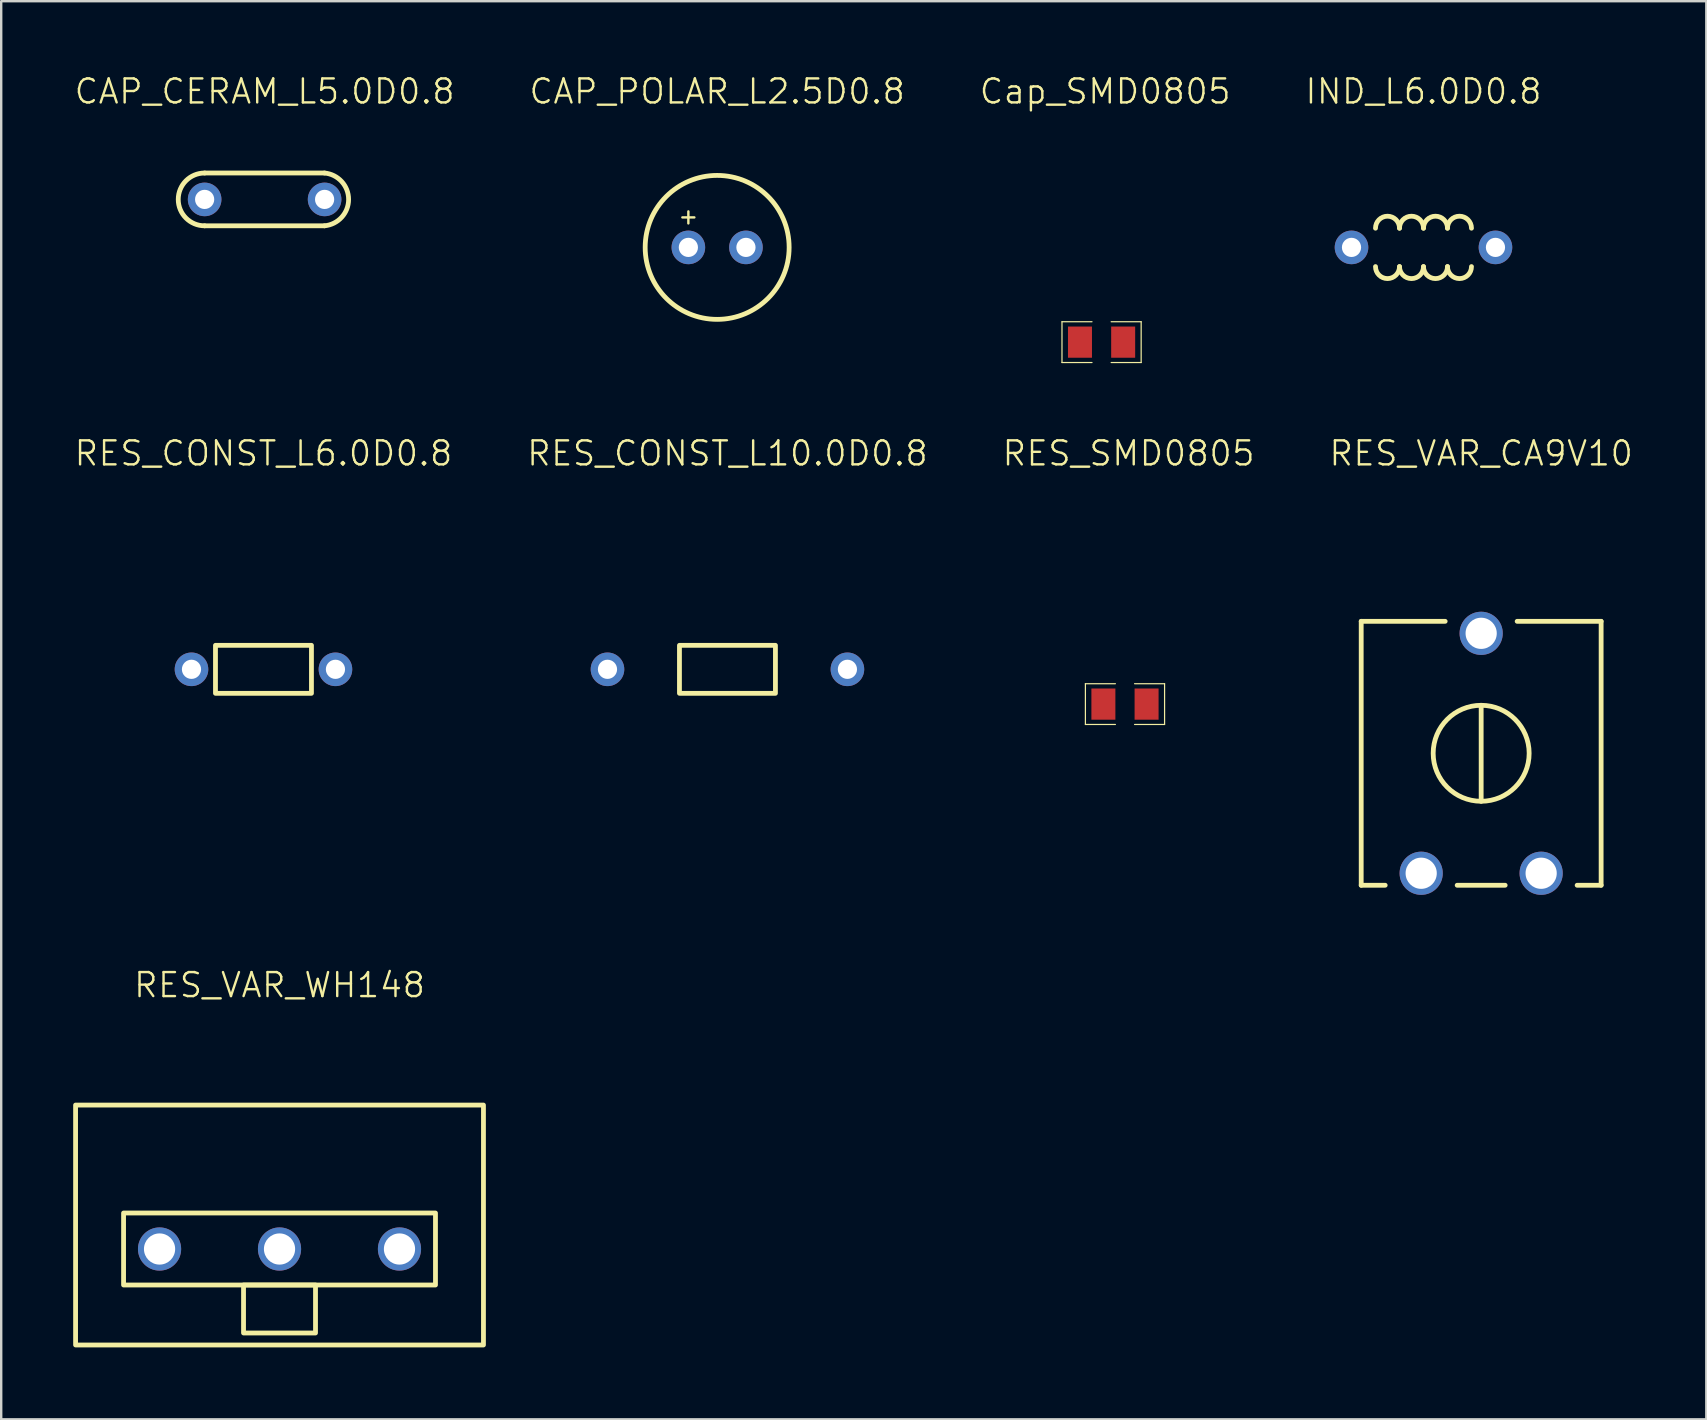
<source format=kicad_pcb>
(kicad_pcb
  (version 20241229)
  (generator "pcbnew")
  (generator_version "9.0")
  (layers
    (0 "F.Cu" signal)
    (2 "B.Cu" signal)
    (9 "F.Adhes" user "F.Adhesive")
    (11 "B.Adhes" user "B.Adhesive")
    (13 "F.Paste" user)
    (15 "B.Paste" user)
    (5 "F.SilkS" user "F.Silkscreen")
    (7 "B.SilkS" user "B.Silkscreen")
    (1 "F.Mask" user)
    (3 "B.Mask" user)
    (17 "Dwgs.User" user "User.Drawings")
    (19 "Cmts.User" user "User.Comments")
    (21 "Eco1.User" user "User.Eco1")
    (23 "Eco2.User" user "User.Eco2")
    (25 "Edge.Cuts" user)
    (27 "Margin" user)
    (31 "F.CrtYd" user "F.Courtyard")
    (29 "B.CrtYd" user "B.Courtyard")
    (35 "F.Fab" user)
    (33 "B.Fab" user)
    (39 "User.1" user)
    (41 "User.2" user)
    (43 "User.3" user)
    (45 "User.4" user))
  (footprint "RES_SMD0805"
    (layer "F.Cu")
    (at 43.838 26.296)
    (property "Reference" "RES_SMD0805" (at 0.15 -10.45 0) (unlocked yes) (layer "F.SilkS") (effects (font (size 1 1) (thickness 0.1))))
    (attr smd)
    (fp_line (start -1.65 -0.85) (end -1.65 0.85) (stroke (width 0.05) (type default)) (layer "F.SilkS"))
    (fp_line (start -1.65 -0.85) (end -0.4 -0.85) (stroke (width 0.05) (type default)) (layer "F.SilkS"))
    (fp_line (start -1.65 0.85) (end -0.4 0.85) (stroke (width 0.05) (type default)) (layer "F.SilkS"))
    (fp_line (start 0.4 -0.85) (end 1.65 -0.85) (stroke (width 0.05) (type default)) (layer "F.SilkS"))
    (fp_line (start 0.4 0.85) (end 1.65 0.85) (stroke (width 0.05) (type default)) (layer "F.SilkS"))
    (fp_line (start 1.65 -0.85) (end 1.65 0.85) (stroke (width 0.05) (type default)) (layer "F.SilkS"))
    (pad "1" smd rect (at -0.9 0) (size 1 1.3) (layers "F.Cu" "F.Mask" "F.Paste"))
    (pad "2" smd rect (at 0.9 0) (size 1 1.3) (layers "F.Cu" "F.Mask" "F.Paste")))
  (footprint "RES_VAR_WH148"
    (layer "F.Cu")
    (at 8.6 49.007)
    (property "Reference" "RES_VAR_WH148" (at 0 -11 0) (unlocked yes) (layer "F.SilkS") (effects (font (size 1 1) (thickness 0.1))))
    (attr through_hole)
    (fp_rect (start -8.5 -6) (end 8.5 4) (stroke (width 0.2) (type default)) (fill no) (layer "F.SilkS"))
    (fp_rect (start -6.5 -1.5) (end 6.5 1.5) (stroke (width 0.2) (type default)) (fill no) (layer "F.SilkS"))
    (fp_rect (start -1.5 1.5) (end 1.5 3.5) (stroke (width 0.2) (type default)) (fill no) (layer "F.SilkS"))
    (pad "1" thru_hole circle (at -5 0) (size 1.8 1.8) (drill 1.3) (layers "*.Cu" "*.Mask"))
    (pad "2" thru_hole circle (at 0 0) (size 1.8 1.8) (drill 1.3) (layers "*.Cu" "*.Mask"))
    (pad "3" thru_hole circle (at 5 0) (size 1.8 1.8) (drill 1.3) (layers "*.Cu" "*.Mask")))
  (footprint "CAP_POLAR_L2.5D0.8"
    (layer "F.Cu")
    (at 26.84 7.261)
    (property "Reference" "CAP_POLAR_L2.5D0.8" (at 0 -6.5 0) (unlocked yes) (layer "F.SilkS") (effects (font (size 1 1) (thickness 0.1))))
    (attr through_hole)
    (fp_line (start -1.45 -1.25) (end -0.95 -1.25) (stroke (width 0.1) (type default)) (layer "F.SilkS"))
    (fp_line (start -1.2 -1.5) (end -1.2 -1) (stroke (width 0.1) (type default)) (layer "F.SilkS"))
    (fp_circle (center 0 0) (end 0 -3) (stroke (width 0.2) (type default)) (fill no) (layer "F.SilkS"))
    (pad "1" thru_hole circle (at -1.2 0) (size 1.4 1.4) (drill 0.8) (layers "*.Cu" "*.Mask"))
    (pad "2" thru_hole circle (at 1.2 0) (size 1.4 1.4) (drill 0.8) (layers "*.Cu" "*.Mask")))
  (footprint "Cap_SMD0805"
    (layer "F.Cu")
    (at 42.862 11.21)
    (property "Reference" "Cap_SMD0805" (at 0.15 -10.45 0) (unlocked yes) (layer "F.SilkS") (effects (font (size 1 1) (thickness 0.1))))
    (attr smd)
    (fp_line (start -1.65 -0.85) (end -1.65 0.85) (stroke (width 0.05) (type default)) (layer "F.SilkS"))
    (fp_line (start -1.65 -0.85) (end -0.4 -0.85) (stroke (width 0.05) (type default)) (layer "F.SilkS"))
    (fp_line (start -1.65 0.85) (end -0.4 0.85) (stroke (width 0.05) (type default)) (layer "F.SilkS"))
    (fp_line (start 0.4 -0.85) (end 1.65 -0.85) (stroke (width 0.05) (type default)) (layer "F.SilkS"))
    (fp_line (start 0.4 0.85) (end 1.65 0.85) (stroke (width 0.05) (type default)) (layer "F.SilkS"))
    (fp_line (start 1.65 -0.85) (end 1.65 0.85) (stroke (width 0.05) (type default)) (layer "F.SilkS"))
    (pad "1" smd rect (at -0.9 0) (size 1 1.3) (layers "F.Cu" "F.Mask" "F.Paste"))
    (pad "2" smd rect (at 0.9 0) (size 1 1.3) (layers "F.Cu" "F.Mask" "F.Paste")))
  (footprint "RES_CONST_L6.0D0.8"
    (layer "F.Cu")
    (at 7.931 24.846)
    (property "Reference" "RES_CONST_L6.0D0.8" (at 0 -9 0) (unlocked yes) (layer "F.SilkS") (effects (font (size 1 1) (thickness 0.1))))
    (attr through_hole)
    (fp_rect (start -2 -1) (end 2 1) (stroke (width 0.2) (type default)) (fill no) (layer "F.SilkS"))
    (pad "1" thru_hole circle (at -3 0) (size 1.4 1.4) (drill 0.8) (layers "*.Cu" "*.Mask"))
    (pad "2" thru_hole circle (at 3 0 270) (size 1.4 1.4) (drill 0.8) (layers "*.Cu" "*.Mask")))
  (footprint "RES_CONST_L10.0D0.8"
    (layer "F.Cu")
    (at 27.269 24.846)
    (property "Reference" "RES_CONST_L10.0D0.8" (at 0 -9 0) (unlocked yes) (layer "F.SilkS") (effects (font (size 1 1) (thickness 0.1))))
    (attr through_hole)
    (fp_rect (start -2 -1) (end 2 1) (stroke (width 0.2) (type default)) (fill no) (layer "F.SilkS"))
    (pad "1" thru_hole circle (at -5 0) (size 1.4 1.4) (drill 0.8) (layers "*.Cu" "*.Mask"))
    (pad "2" thru_hole circle (at 5 0 270) (size 1.4 1.4) (drill 0.8) (layers "*.Cu" "*.Mask")))
  (footprint "CAP_CERAM_L5.0D0.8"
    (layer "F.Cu")
    (at 7.979 5.261)
    (property "Reference" "CAP_CERAM_L5.0D0.8" (at 0 -4.5 0) (unlocked yes) (layer "F.SilkS") (effects (font (size 1 1) (thickness 0.1))))
    (attr through_hole)
    (fp_line (start -2.5 -1.1) (end 2.495 -1.1) (stroke (width 0.2) (type default)) (layer "F.SilkS"))
    (fp_line (start -2.5 1.1) (end 2.495 1.1) (stroke (width 0.2) (type default)) (layer "F.SilkS"))
    (fp_arc (start -2.5 1.1) (mid -3.6 0) (end -2.5 -1.1) (stroke (width 0.2) (type default)) (layer "F.SilkS"))
    (fp_arc (start 2.495464 -1.1) (mid 3.5 0) (end 2.495464 1.1) (stroke (width 0.2) (type default)) (layer "F.SilkS"))
    (pad "1" thru_hole circle (at -2.5 0) (size 1.4 1.4) (drill 0.8) (layers "*.Cu" "*.Mask"))
    (pad "2" thru_hole circle (at 2.5 0) (size 1.4 1.4) (drill 0.8) (layers "*.Cu" "*.Mask")))
  (footprint "RES_VAR_CA9V10"
    (layer "F.Cu")
    (at 58.683 28.346)
    (property "Reference" "RES_VAR_CA9V10" (at 0 -12.5 0) (unlocked yes) (layer "F.SilkS") (effects (font (size 1 1) (thickness 0.1))))
    (attr through_hole)
    (fp_line (start -5 -5.5) (end -5 5.5) (stroke (width 0.2) (type default)) (layer "F.SilkS"))
    (fp_line (start -5 5.5) (end -4 5.5) (stroke (width 0.2) (type default)) (layer "F.SilkS"))
    (fp_line (start -1.5 -5.5) (end -5 -5.5) (stroke (width 0.2) (type default)) (layer "F.SilkS"))
    (fp_line (start -1 5.5) (end 1 5.5) (stroke (width 0.2) (type default)) (layer "F.SilkS"))
    (fp_line (start 0 -2) (end 0 2) (stroke (width 0.2) (type default)) (layer "F.SilkS"))
    (fp_line (start 1.5 -5.5) (end 5 -5.5) (stroke (width 0.2) (type default)) (layer "F.SilkS"))
    (fp_line (start 5 -5.5) (end 5 5.5) (stroke (width 0.2) (type default)) (layer "F.SilkS"))
    (fp_line (start 5 5.5) (end 4 5.5) (stroke (width 0.2) (type default)) (layer "F.SilkS"))
    (fp_circle (center 0 0) (end 2 0) (stroke (width 0.2) (type default)) (fill no) (layer "F.SilkS"))
    (pad "1" thru_hole circle (at -2.5 5) (size 1.8 1.8) (drill 1.3) (layers "*.Cu" "*.Mask"))
    (pad "2" thru_hole circle (at 0 -5) (size 1.8 1.8) (drill 1.3) (layers "*.Cu" "*.Mask"))
    (pad "3" thru_hole circle (at 2.5 5) (size 1.8 1.8) (drill 1.3) (layers "*.Cu" "*.Mask")))
  (footprint "IND_L6.0D0.8"
    (layer "F.Cu")
    (at 56.279 7.261)
    (property "Reference" "IND_L6.0D0.8" (at 0 -6.5 0) (unlocked yes) (layer "F.SilkS") (effects (font (size 1 1) (thickness 0.1))))
    (attr through_hole)
    (fp_arc (start -2 -0.8) (mid -1.5 -1.3) (end -1 -0.8) (stroke (width 0.2) (type default)) (layer "F.SilkS"))
    (fp_arc (start -1 -0.8) (mid -0.5 -1.3) (end 0 -0.8) (stroke (width 0.2) (type default)) (layer "F.SilkS"))
    (fp_arc (start -1 0.8) (mid -1.5 1.3) (end -2 0.8) (stroke (width 0.2) (type default)) (layer "F.SilkS"))
    (fp_arc (start 0 -0.8) (mid 0.5 -1.3) (end 1 -0.8) (stroke (width 0.2) (type default)) (layer "F.SilkS"))
    (fp_arc (start 0 0.8) (mid -0.5 1.3) (end -1 0.8) (stroke (width 0.2) (type default)) (layer "F.SilkS"))
    (fp_arc (start 1 -0.8) (mid 1.5 -1.3) (end 2 -0.8) (stroke (width 0.2) (type default)) (layer "F.SilkS"))
    (fp_arc (start 1 0.8) (mid 0.5 1.3) (end 0 0.8) (stroke (width 0.2) (type default)) (layer "F.SilkS"))
    (fp_arc (start 2 0.8) (mid 1.5 1.3) (end 1 0.8) (stroke (width 0.2) (type default)) (layer "F.SilkS"))
    (pad "1" thru_hole circle (at -3 0) (size 1.4 1.4) (drill 0.8) (layers "*.Cu" "*.Mask"))
    (pad "2" thru_hole circle (at 3 0) (size 1.4 1.4) (drill 0.8) (layers "*.Cu" "*.Mask")))
  (gr_rect
    (start -3 -3)
    (end 68.067 56.106)
    (stroke (width 0.1) (type default))
    (fill no)
    (layer "Edge.Cuts")))
</source>
